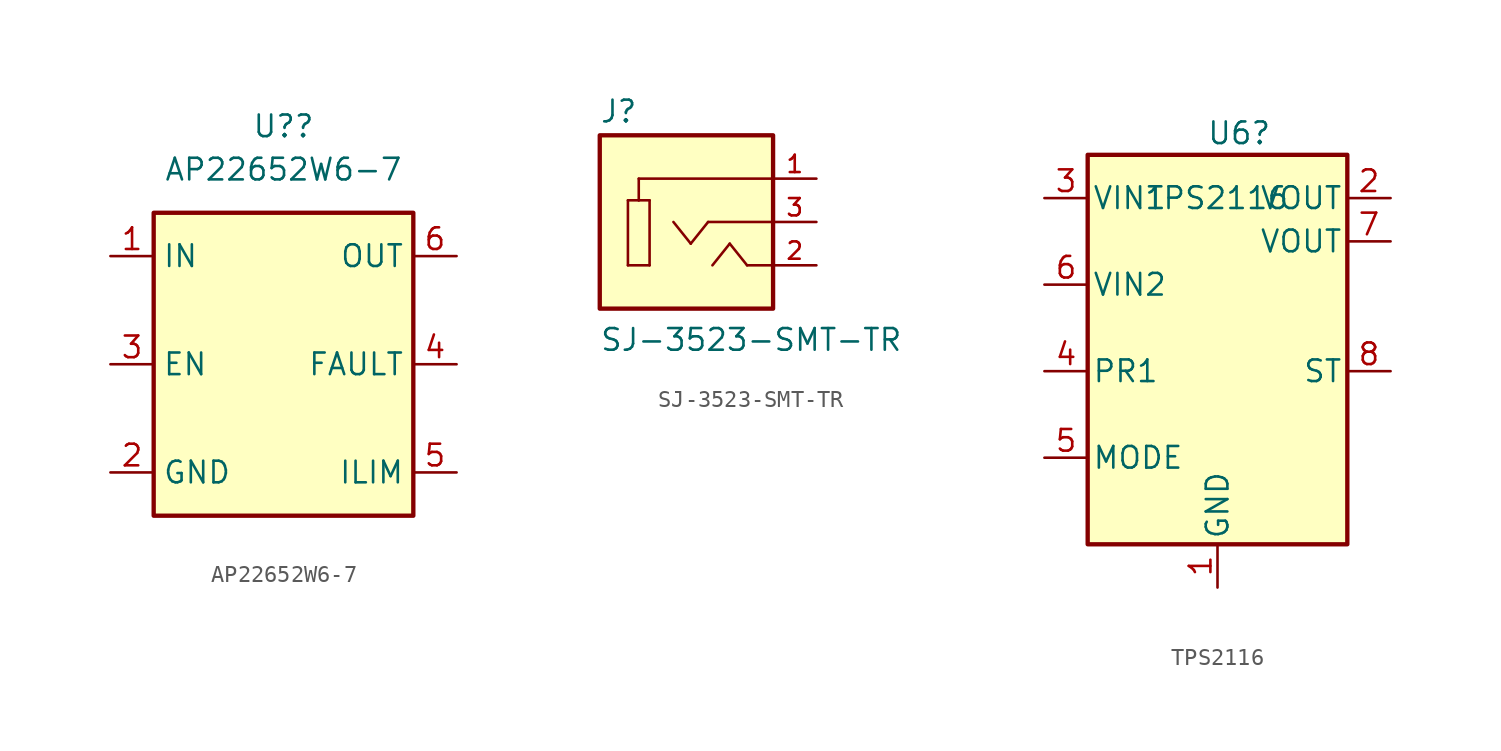
<source format=kicad_sym>
(kicad_symbol_lib
  (version 20211014)
  (generator kicad_symbol_editor)
  (symbol "AP22652W6-7"
    (property "Reference" "U?"
      (at 0 10.16 0)
      (effects (font (size 1.27 1.27))))
    (property "Value" "AP22652W6-7"
      (at 0 7.62 0)
      (effects (font (size 1.27 1.27))))
    (symbol "AP22652W6-7_0_0"
      (pin power_out line (at 10.16 2.54 180) (length 2.54) (name "OUT" (effects (font (size 1.27 1.27)))) (number "6" (effects (font (size 1.27 1.27))))))
    (symbol "AP22652W6-7_0_1"
      (rectangle (start -7.62 5.08) (end 7.62 -12.7) (stroke (width 0.254) (type default) (color 0 0 0 0)) (fill (type background))))
    (symbol "AP22652W6-7_1_1"
      (pin power_in line (at -10.16 2.54 0) (length 2.54) (name "IN" (effects (font (size 1.27 1.27)))) (number "1" (effects (font (size 1.27 1.27)))))
      (pin power_in line (at -10.16 -10.16 0) (length 2.54) (name "GND" (effects (font (size 1.27 1.27)))) (number "2" (effects (font (size 1.27 1.27)))))
      (pin open_collector line (at -10.16 -3.81 0) (length 2.54) (name "EN" (effects (font (size 1.27 1.27)))) (number "3" (effects (font (size 1.27 1.27)))))
      (pin output line (at 10.16 -3.81 180) (length 2.54) (name "FAULT" (effects (font (size 1.27 1.27)))) (number "4" (effects (font (size 1.27 1.27)))))
      (pin input line (at 10.16 -10.16 180) (length 2.54) (name "ILIM" (effects (font (size 1.27 1.27)))) (number "5" (effects (font (size 1.27 1.27)))))))
  (symbol "SJ-3523-SMT-TR"
    (pin_names
      (offset 1.016))
    (property "Reference" "J"
      (at -5.1 5.738 0)
      (effects (font (size 1.27 1.27)) (justify left bottom)))
    (property "Value" "SJ-3523-SMT-TR"
      (at -5.101 -7.651 0)
      (effects (font (size 1.27 1.27)) (justify left bottom)))
    (symbol "SJ-3523-SMT-TR_0_0"
      (rectangle (start -5.08 -5.08) (end 5.08 5.08) (stroke (width 0.254) (type default) (color 0 0 0 0)) (fill (type background)))
      (polyline (pts (xy -3.429 -2.54) (xy -2.159 -2.54)) (stroke (width 0.152) (type default) (color 0 0 0 0)) (fill (type none)))
      (polyline (pts (xy -3.429 1.27) (xy -3.429 -2.54)) (stroke (width 0.152) (type default) (color 0 0 0 0)) (fill (type none)))
      (polyline (pts (xy -2.794 1.27) (xy -3.429 1.27)) (stroke (width 0.152) (type default) (color 0 0 0 0)) (fill (type none)))
      (polyline (pts (xy -2.794 1.27) (xy -2.794 2.54)) (stroke (width 0.152) (type default) (color 0 0 0 0)) (fill (type none)))
      (polyline (pts (xy -2.794 2.54) (xy 5.08 2.54)) (stroke (width 0.152) (type default) (color 0 0 0 0)) (fill (type none)))
      (polyline (pts (xy -2.159 -2.54) (xy -2.159 1.27)) (stroke (width 0.152) (type default) (color 0 0 0 0)) (fill (type none)))
      (polyline (pts (xy -2.159 1.27) (xy -2.794 1.27)) (stroke (width 0.152) (type default) (color 0 0 0 0)) (fill (type none)))
      (polyline (pts (xy 0.254 -1.27) (xy -0.762 0)) (stroke (width 0.152) (type default) (color 0 0 0 0)) (fill (type none)))
      (polyline (pts (xy 1.27 0) (xy 0.254 -1.27)) (stroke (width 0.152) (type default) (color 0 0 0 0)) (fill (type none)))
      (polyline (pts (xy 1.524 -2.54) (xy 2.54 -1.27)) (stroke (width 0.152) (type default) (color 0 0 0 0)) (fill (type none)))
      (polyline (pts (xy 2.54 -1.27) (xy 3.556 -2.54)) (stroke (width 0.152) (type default) (color 0 0 0 0)) (fill (type none)))
      (polyline (pts (xy 5.08 -2.54) (xy 3.556 -2.54)) (stroke (width 0.152) (type default) (color 0 0 0 0)) (fill (type none)))
      (polyline (pts (xy 5.08 0) (xy 1.27 0)) (stroke (width 0.152) (type default) (color 0 0 0 0)) (fill (type none)))
      (pin passive line (at 7.62 2.54 180) (length 2.54) (name "~" (effects (font (size 1.016 1.016)))) (number "1" (effects (font (size 1.016 1.016)))))
      (pin passive line (at 7.62 -2.54 180) (length 2.54) (name "~" (effects (font (size 1.016 1.016)))) (number "2" (effects (font (size 1.016 1.016)))))
      (pin passive line (at 7.62 0 180) (length 2.54) (name "~" (effects (font (size 1.016 1.016)))) (number "3" (effects (font (size 1.016 1.016)))))))
  (symbol "TPS2116"
    (pin_names
      (offset 0.254))
    (property "Reference" "U6"
      (at 0 10.16 0)
      (effects (font (size 1.27 1.27))))
    (property "Value" "TPS2116"
      (at -1.27 6.35 0)
      (effects (font (size 1.27 1.27))))
    (symbol "TPS2116_0_0"
      (pin power_in line (at -11.43 1.27 0) (length 2.54) (name "VIN2" (effects (font (size 1.27 1.27)))) (number "6" (effects (font (size 1.27 1.27)))))
      (pin power_out line (at 8.89 3.81 180) (length 2.54) (name "VOUT" (effects (font (size 1.27 1.27)))) (number "7" (effects (font (size 1.27 1.27)))))
      (pin output line (at 8.89 -3.81 180) (length 2.54) (name "ST" (effects (font (size 1.27 1.27)))) (number "8" (effects (font (size 1.27 1.27))))))
    (symbol "TPS2116_0_1"
      (rectangle (start -8.89 8.89) (end 6.35 -13.97) (stroke (width 0.254) (type default) (color 0 0 0 0)) (fill (type background))))
    (symbol "TPS2116_1_1"
      (pin power_in line (at -1.27 -16.51 90) (length 2.54) (name "GND" (effects (font (size 1.27 1.27)))) (number "1" (effects (font (size 1.27 1.27)))))
      (pin power_out line (at 8.89 6.35 180) (length 2.54) (name "VOUT" (effects (font (size 1.27 1.27)))) (number "2" (effects (font (size 1.27 1.27)))))
      (pin power_in line (at -11.43 6.35 0) (length 2.54) (name "VIN1" (effects (font (size 1.27 1.27)))) (number "3" (effects (font (size 1.27 1.27)))))
      (pin input line (at -11.43 -3.81 0) (length 2.54) (name "PR1" (effects (font (size 1.27 1.27)))) (number "4" (effects (font (size 1.27 1.27)))))
      (pin input line (at -11.43 -8.89 0) (length 2.54) (name "MODE" (effects (font (size 1.27 1.27)))) (number "5" (effects (font (size 1.27 1.27))))))))
</source>
